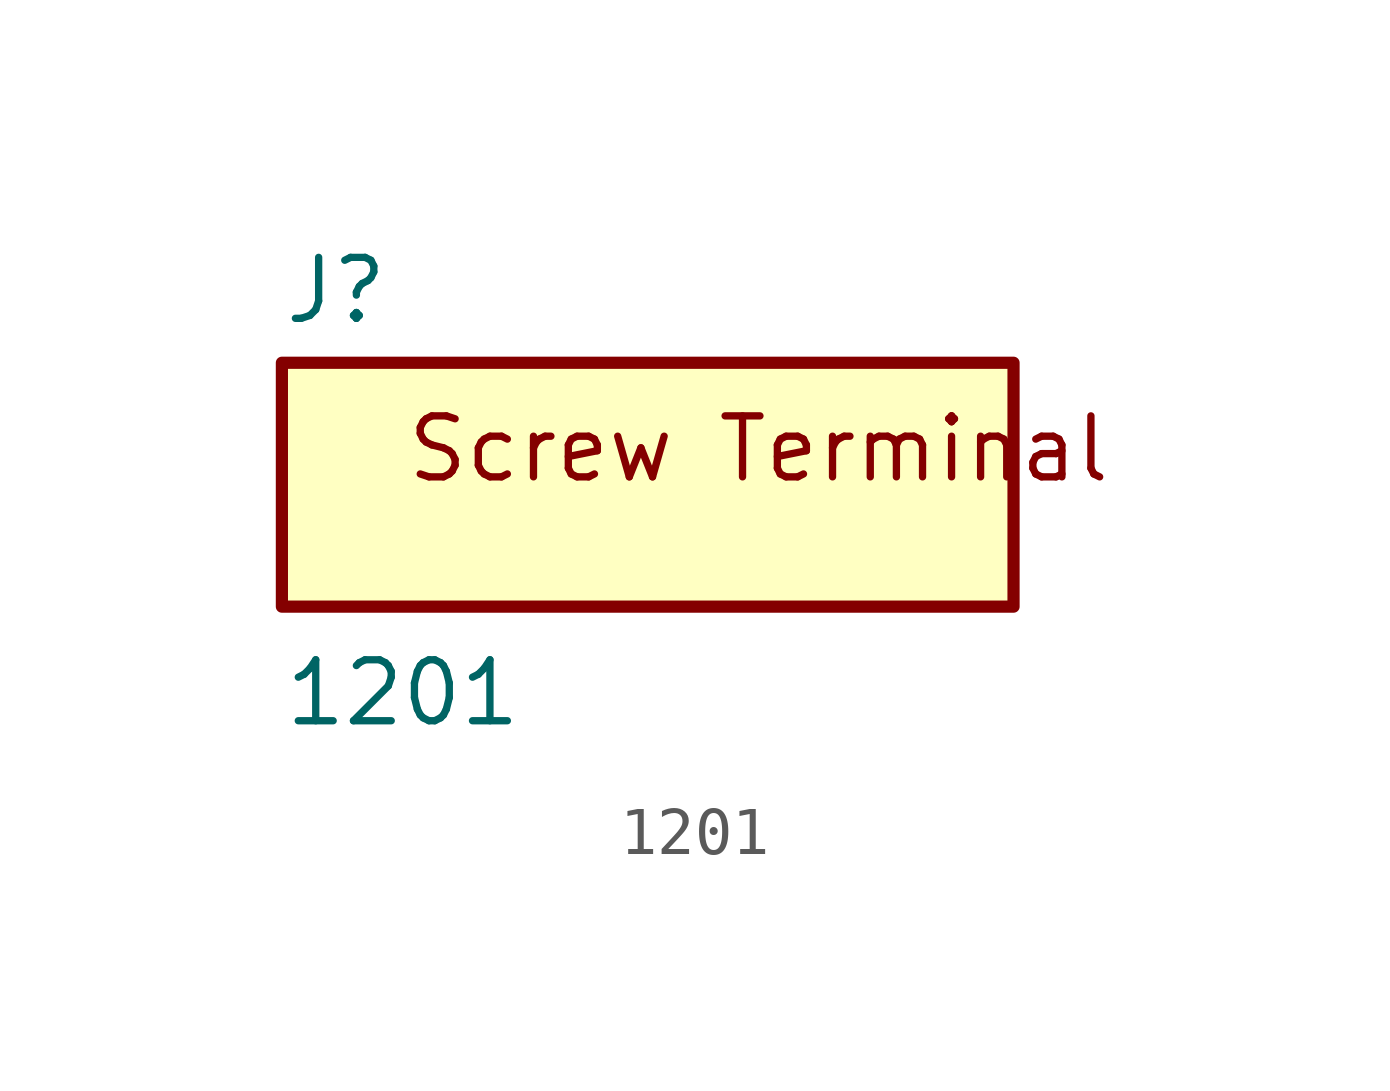
<source format=kicad_sym>
(kicad_symbol_lib
  (version 20211014)
  (generator kicad_symbol_editor)
  (symbol "1201"
    (pin_names
      (offset 1.016))
    (property "Reference" "J"
      (at -7.62 3.302 0)
      (effects (font (size 1.27 1.27)) (justify bottom left)))
    (property "Value" "1201"
      (at -7.62 -5.08 0)
      (effects (font (size 1.27 1.27)) (justify bottom left)))
    (symbol "1201_0_0"
      (text "Screw Terminal" (at -5.08 0.0 0) (effects (font (size 1.27 1.27)) (justify bottom left)))
      (rectangle (start -7.62 -2.54) (end 7.62 2.54) (stroke (width 0.254)) (fill (type background))))))
</source>
